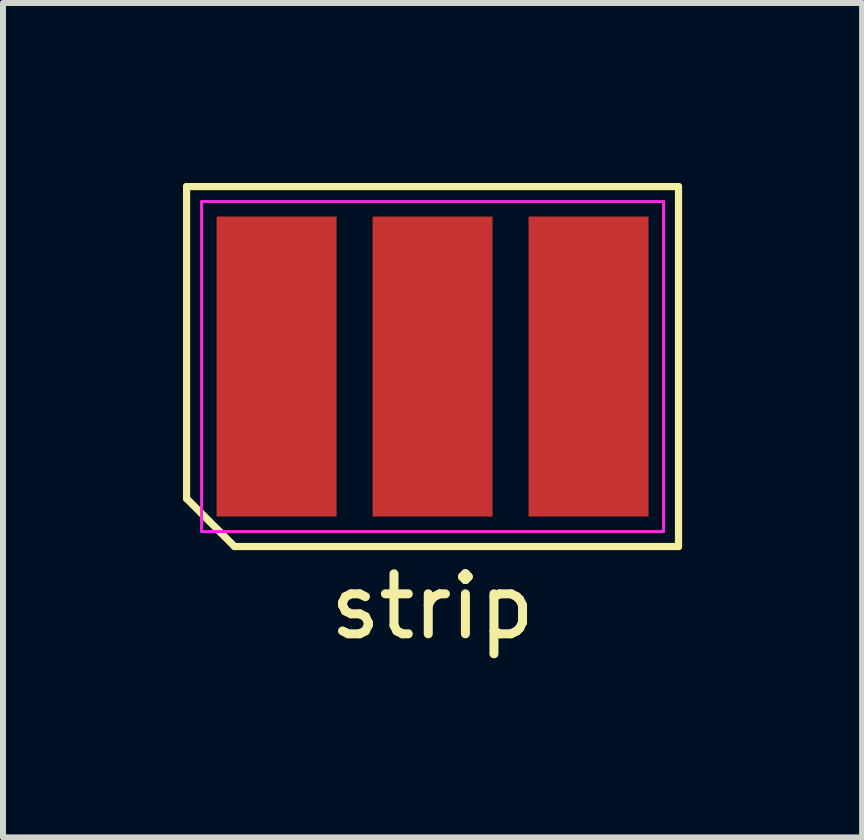
<source format=kicad_pcb>
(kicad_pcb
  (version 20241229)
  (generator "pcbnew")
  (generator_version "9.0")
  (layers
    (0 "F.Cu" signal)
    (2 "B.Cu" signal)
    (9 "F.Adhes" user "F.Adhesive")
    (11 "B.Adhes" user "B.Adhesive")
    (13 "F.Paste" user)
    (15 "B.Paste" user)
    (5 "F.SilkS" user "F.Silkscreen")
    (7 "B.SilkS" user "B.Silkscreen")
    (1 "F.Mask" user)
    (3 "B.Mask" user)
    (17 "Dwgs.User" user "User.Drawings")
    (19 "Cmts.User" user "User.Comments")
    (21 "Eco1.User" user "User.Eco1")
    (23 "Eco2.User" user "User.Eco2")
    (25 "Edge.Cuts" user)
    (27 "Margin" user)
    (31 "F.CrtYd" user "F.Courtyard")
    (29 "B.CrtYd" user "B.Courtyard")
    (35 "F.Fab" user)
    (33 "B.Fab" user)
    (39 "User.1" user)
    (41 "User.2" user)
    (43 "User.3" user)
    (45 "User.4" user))
  (footprint "strip"
    (layer "F.Cu")
    (at 4.16 3.06)
    (property "Reference" "strip" (at 0 4 0) (layer "F.SilkS") (effects (font (size 1 1) (thickness 0.15))))
    (attr smd)
    (fp_line (start -4.1 -3) (end 4.1 -3) (stroke (width 0.12) (type solid)) (layer "F.SilkS"))
    (fp_line (start -4.1 2.2) (end -4.1 -3) (stroke (width 0.12) (type solid)) (layer "F.SilkS"))
    (fp_line (start -3.3 3) (end -4.1 2.2) (stroke (width 0.12) (type solid)) (layer "F.SilkS"))
    (fp_line (start 4.1 -3) (end 4.1 3) (stroke (width 0.12) (type solid)) (layer "F.SilkS"))
    (fp_line (start 4.1 3) (end -3.3 3) (stroke (width 0.12) (type solid)) (layer "F.SilkS"))
    (fp_line (start -3.85 -2.75) (end 3.85 -2.75) (stroke (width 0.05) (type solid)) (layer "F.CrtYd"))
    (fp_line (start -3.85 2.75) (end -3.85 -2.75) (stroke (width 0.05) (type solid)) (layer "F.CrtYd"))
    (fp_line (start 3.85 -2.75) (end 3.85 2.75) (stroke (width 0.05) (type solid)) (layer "F.CrtYd"))
    (fp_line (start 3.85 2.75) (end -3.85 2.75) (stroke (width 0.05) (type solid)) (layer "F.CrtYd"))
    (pad "1" smd rect (at -2.6 0) (size 2 5) (layers "F.Cu" "F.Mask" "F.Paste"))
    (pad "2" smd rect (at 0 0) (size 2 5) (layers "F.Cu" "F.Mask" "F.Paste"))
    (pad "3" smd rect (at 2.6 0) (size 2 5) (layers "F.Cu" "F.Mask" "F.Paste")))
  (gr_rect
    (start -3 -3)
    (end 11.32 10.908)
    (stroke (width 0.1) (type default))
    (fill no)
    (layer "Edge.Cuts")))
</source>
